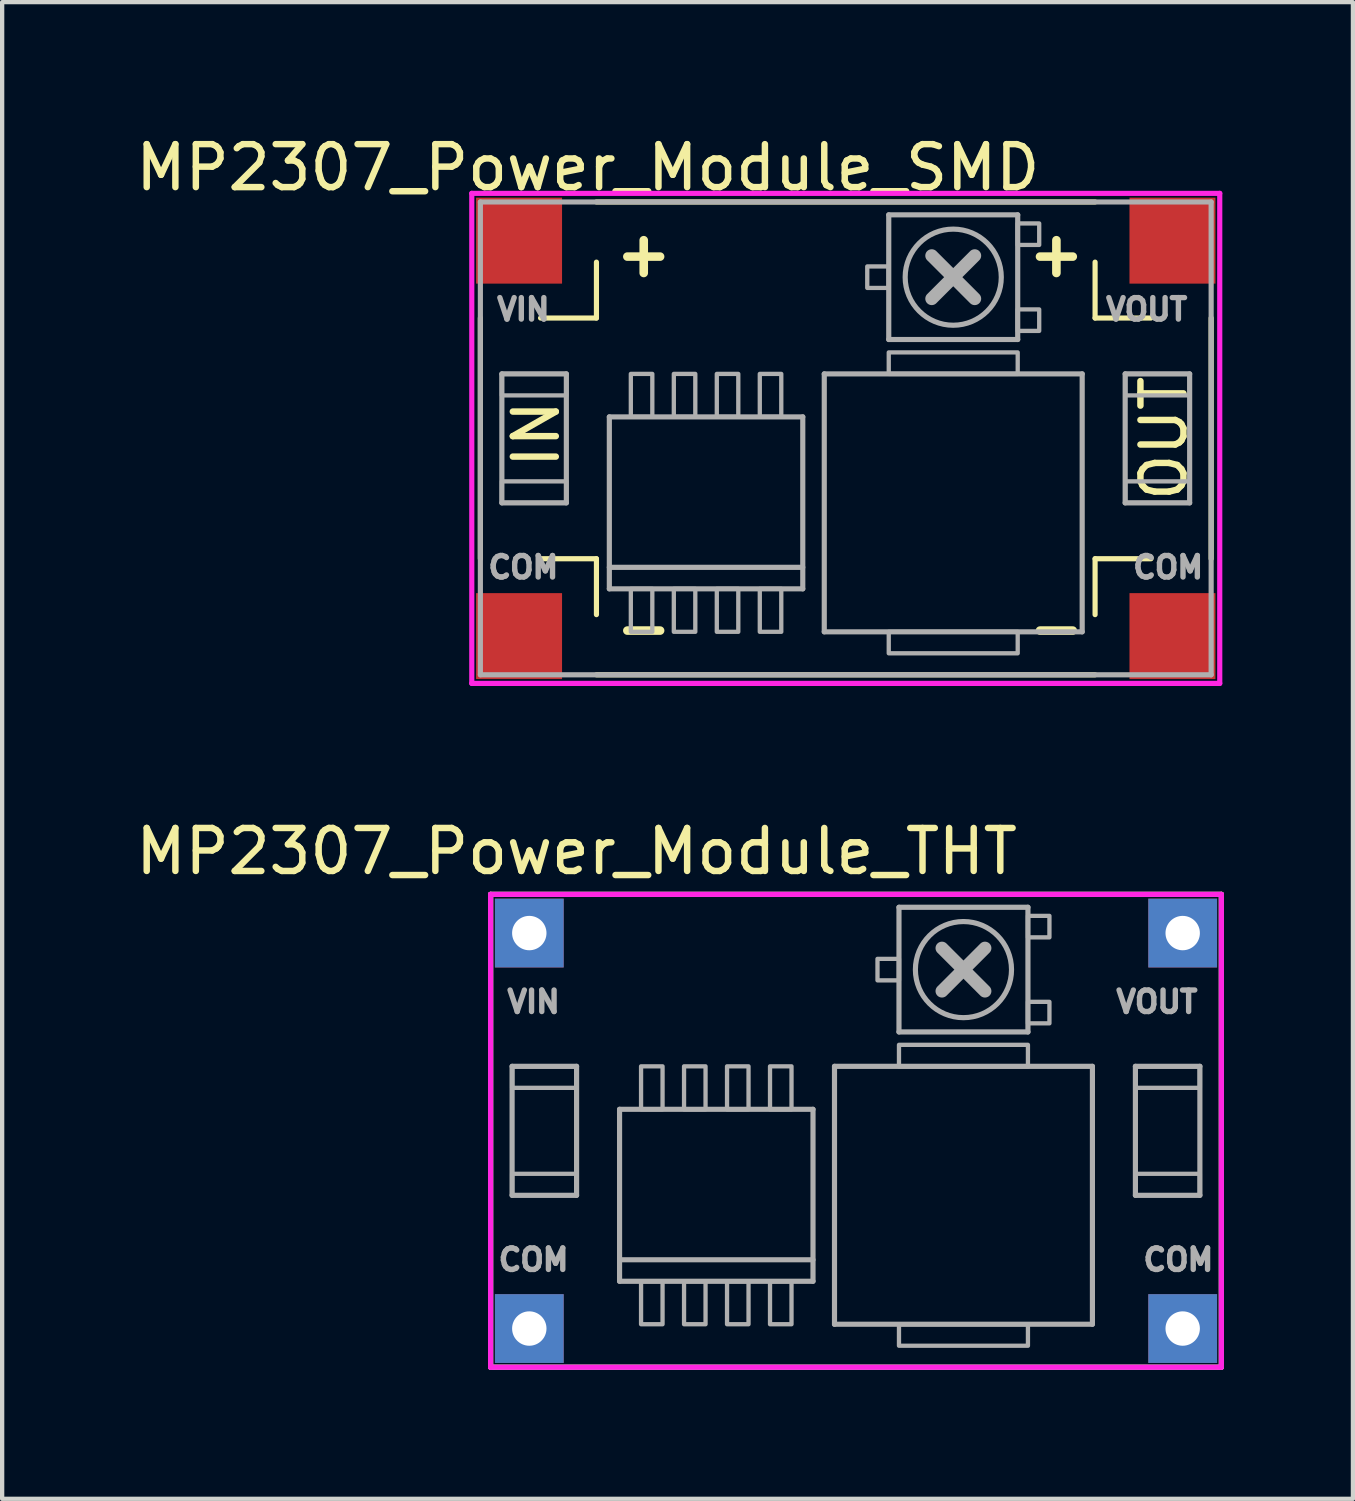
<source format=kicad_pcb>
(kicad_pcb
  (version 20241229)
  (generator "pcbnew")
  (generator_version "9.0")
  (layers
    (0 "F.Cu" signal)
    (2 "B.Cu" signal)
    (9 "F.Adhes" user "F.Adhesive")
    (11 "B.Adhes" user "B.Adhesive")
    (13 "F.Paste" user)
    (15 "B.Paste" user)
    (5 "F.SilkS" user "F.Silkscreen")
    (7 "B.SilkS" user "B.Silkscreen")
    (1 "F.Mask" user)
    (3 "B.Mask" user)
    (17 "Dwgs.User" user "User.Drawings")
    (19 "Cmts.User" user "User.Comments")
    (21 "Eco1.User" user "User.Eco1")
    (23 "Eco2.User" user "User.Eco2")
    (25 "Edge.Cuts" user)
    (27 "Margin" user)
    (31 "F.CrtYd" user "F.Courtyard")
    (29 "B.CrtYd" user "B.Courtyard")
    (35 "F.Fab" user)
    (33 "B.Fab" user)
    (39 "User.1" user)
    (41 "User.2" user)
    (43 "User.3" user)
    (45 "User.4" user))
  (footprint "MP2307_Power_Module_THT"
    (layer "F.Cu")
    (at 16.863 23.256)
    (property "Reference" "MP2307_Power_Module_THT" (at -6.5 -6.5 0) (layer "F.SilkS") (effects (font (size 1 1) (thickness 0.15))))
    (attr through_hole)
    (fp_line (start -8.5 -5.5) (end 8.5 -5.5) (stroke (width 0.12) (type solid)) (layer "F.SilkS"))
    (fp_line (start -8.5 5.5) (end -8.5 -5.5) (stroke (width 0.12) (type solid)) (layer "F.SilkS"))
    (fp_line (start 8.5 -5.5) (end 8.5 5.5) (stroke (width 0.12) (type solid)) (layer "F.SilkS"))
    (fp_line (start 8.5 5.5) (end -8.5 5.5) (stroke (width 0.12) (type solid)) (layer "F.SilkS"))
    (fp_line (start -8.5 -5.5) (end 8.5 -5.5) (stroke (width 0.12) (type solid)) (layer "F.CrtYd"))
    (fp_line (start -8.5 5.5) (end -8.5 -5.5) (stroke (width 0.12) (type solid)) (layer "F.CrtYd"))
    (fp_line (start 8.5 -5.5) (end 8.5 5.5) (stroke (width 0.12) (type solid)) (layer "F.CrtYd"))
    (fp_line (start 8.5 5.5) (end -8.5 5.5) (stroke (width 0.12) (type solid)) (layer "F.CrtYd"))
    (fp_line (start -8.5 -5.5) (end 8.5 -5.5) (stroke (width 0.12) (type solid)) (layer "F.Fab"))
    (fp_line (start -8.5 5.5) (end -8.5 -5.5) (stroke (width 0.12) (type solid)) (layer "F.Fab"))
    (fp_line (start -8 -1.5) (end -6.5 -1.5) (stroke (width 0.12) (type solid)) (layer "F.Fab"))
    (fp_line (start -8 1.5) (end -8 -1.5) (stroke (width 0.12) (type solid)) (layer "F.Fab"))
    (fp_line (start -6.5 -1.5) (end -6.5 1.5) (stroke (width 0.12) (type solid)) (layer "F.Fab"))
    (fp_line (start -6.5 1.5) (end -8 1.5) (stroke (width 0.12) (type solid)) (layer "F.Fab"))
    (fp_line (start -5.5 -0.5) (end -5.5 3.5) (stroke (width 0.12) (type solid)) (layer "F.Fab"))
    (fp_line (start -5.5 3) (end -1 3) (stroke (width 0.12) (type solid)) (layer "F.Fab"))
    (fp_line (start -5.5 3.5) (end -1 3.5) (stroke (width 0.12) (type solid)) (layer "F.Fab"))
    (fp_line (start -1 -0.5) (end -5.5 -0.5) (stroke (width 0.12) (type solid)) (layer "F.Fab"))
    (fp_line (start -1 3.5) (end -1 -0.5) (stroke (width 0.12) (type solid)) (layer "F.Fab"))
    (fp_line (start -0.5 -1.5) (end 5.5 -1.5) (stroke (width 0.12) (type solid)) (layer "F.Fab"))
    (fp_line (start -0.5 4.5) (end -0.5 -1.5) (stroke (width 0.12) (type solid)) (layer "F.Fab"))
    (fp_line (start 1 -5.2) (end 1 -2.3) (stroke (width 0.12) (type solid)) (layer "F.Fab"))
    (fp_line (start 1 -2.3) (end 4 -2.3) (stroke (width 0.12) (type solid)) (layer "F.Fab"))
    (fp_line (start 2 -4.25) (end 3 -3.25) (stroke (width 0.3) (type solid)) (layer "F.Fab"))
    (fp_line (start 2 -3.25) (end 3 -4.25) (stroke (width 0.3) (type solid)) (layer "F.Fab"))
    (fp_line (start 4 -5.2) (end 1 -5.2) (stroke (width 0.12) (type solid)) (layer "F.Fab"))
    (fp_line (start 4 -2.3) (end 4 -5.2) (stroke (width 0.12) (type solid)) (layer "F.Fab"))
    (fp_line (start 5.5 -1.5) (end 5.5 4.5) (stroke (width 0.12) (type solid)) (layer "F.Fab"))
    (fp_line (start 5.5 4.5) (end -0.5 4.5) (stroke (width 0.12) (type solid)) (layer "F.Fab"))
    (fp_line (start 6.5 -1.5) (end 8 -1.5) (stroke (width 0.12) (type solid)) (layer "F.Fab"))
    (fp_line (start 6.5 1.5) (end 6.5 -1.5) (stroke (width 0.12) (type solid)) (layer "F.Fab"))
    (fp_line (start 8 -1.5) (end 8 1.5) (stroke (width 0.12) (type solid)) (layer "F.Fab"))
    (fp_line (start 8 1.5) (end 6.5 1.5) (stroke (width 0.12) (type solid)) (layer "F.Fab"))
    (fp_line (start 8.5 -5.5) (end 8.5 5.5) (stroke (width 0.12) (type solid)) (layer "F.Fab"))
    (fp_line (start 8.5 5.5) (end -8.5 5.5) (stroke (width 0.12) (type solid)) (layer "F.Fab"))
    (fp_circle (center 2.5 -3.75) (end 3.5 -3.25) (stroke (width 0.12) (type solid)) (fill no) (layer "F.Fab"))
    (fp_poly (pts (xy -8 -1.5) (xy -6.5 -1.5) (xy -6.5 -1) (xy -8 -1)) (stroke (width 0.1) (type solid)) (fill no) (layer "F.Fab"))
    (fp_poly (pts (xy -8 1) (xy -6.5 1) (xy -6.5 1.5) (xy -8 1.5)) (stroke (width 0.1) (type solid)) (fill no) (layer "F.Fab"))
    (fp_poly (pts (xy -5 -1.5) (xy -5 -0.5) (xy -4.5 -0.5) (xy -4.5 -1.5)) (stroke (width 0.1) (type solid)) (fill no) (layer "F.Fab"))
    (fp_poly (pts (xy -5 3.5) (xy -5 4.5) (xy -4.5 4.5) (xy -4.5 3.5)) (stroke (width 0.1) (type solid)) (fill no) (layer "F.Fab"))
    (fp_poly (pts (xy -4 -1.5) (xy -4 -0.5) (xy -3.5 -0.5) (xy -3.5 -1.5)) (stroke (width 0.1) (type solid)) (fill no) (layer "F.Fab"))
    (fp_poly (pts (xy -4 3.5) (xy -4 4.5) (xy -3.5 4.5) (xy -3.5 3.5)) (stroke (width 0.1) (type solid)) (fill no) (layer "F.Fab"))
    (fp_poly (pts (xy -3 -1.5) (xy -3 -0.5) (xy -2.5 -0.5) (xy -2.5 -1.5)) (stroke (width 0.1) (type solid)) (fill no) (layer "F.Fab"))
    (fp_poly (pts (xy -3 3.5) (xy -3 4.5) (xy -2.5 4.5) (xy -2.5 3.5)) (stroke (width 0.1) (type solid)) (fill no) (layer "F.Fab"))
    (fp_poly (pts (xy -2 -1.5) (xy -2 -0.5) (xy -1.5 -0.5) (xy -1.5 -1.5)) (stroke (width 0.1) (type solid)) (fill no) (layer "F.Fab"))
    (fp_poly (pts (xy -2 3.5) (xy -2 4.5) (xy -1.5 4.5) (xy -1.5 3.5)) (stroke (width 0.1) (type solid)) (fill no) (layer "F.Fab"))
    (fp_poly (pts (xy 1 -3.5) (xy 0.5 -3.5) (xy 0.5 -4) (xy 1 -4)) (stroke (width 0.1) (type solid)) (fill no) (layer "F.Fab"))
    (fp_poly (pts (xy 1 -1.5) (xy 1 -2) (xy 4 -2) (xy 4 -1.5)) (stroke (width 0.1) (type solid)) (fill no) (layer "F.Fab"))
    (fp_poly (pts (xy 1 4.5) (xy 1 5) (xy 4 5) (xy 4 4.5)) (stroke (width 0.1) (type solid)) (fill no) (layer "F.Fab"))
    (fp_poly (pts (xy 4 -4.5) (xy 4.5 -4.5) (xy 4.5 -5) (xy 4 -5)) (stroke (width 0.1) (type solid)) (fill no) (layer "F.Fab"))
    (fp_poly (pts (xy 4 -2.5) (xy 4.5 -2.5) (xy 4.5 -3) (xy 4 -3)) (stroke (width 0.1) (type solid)) (fill no) (layer "F.Fab"))
    (fp_poly (pts (xy 6.5 -1.5) (xy 8 -1.5) (xy 8 -1) (xy 6.5 -1)) (stroke (width 0.1) (type solid)) (fill no) (layer "F.Fab"))
    (fp_poly (pts (xy 6.5 1) (xy 8 1) (xy 8 1.5) (xy 6.5 1.5)) (stroke (width 0.1) (type solid)) (fill no) (layer "F.Fab"))
    (fp_text user "VOUT" (at 7 -3 0) (layer "F.Fab") (effects (font (size 0.5 0.5) (thickness 0.125))))
    (fp_text user "COM" (at -7.5 3 0) (layer "F.Fab") (effects (font (size 0.5 0.5) (thickness 0.125))))
    (fp_text user "VIN" (at -7.5 -3 0) (layer "F.Fab") (effects (font (size 0.5 0.5) (thickness 0.125))))
    (fp_text user "COM" (at 7.5 3 0) (layer "F.Fab") (effects (font (size 0.5 0.5) (thickness 0.125))))
    (pad "1" thru_hole rect (at -7.6 -4.6) (size 1.6 1.6) (drill 0.8) (layers "*.Cu" "*.Mask"))
    (pad "2" thru_hole rect (at -7.6 4.6) (size 1.6 1.6) (drill 0.8) (layers "*.Cu" "*.Mask"))
    (pad "2" thru_hole rect (at 7.6 4.6) (size 1.6 1.6) (drill 0.8) (layers "*.Cu" "*.Mask"))
    (pad "3" thru_hole rect (at 7.6 -4.6) (size 1.6 1.6) (drill 0.8) (layers "*.Cu" "*.Mask")))
  (footprint "MP2307_Power_Module_SMD"
    (layer "F.Cu")
    (at 16.625 7.148)
    (property "Reference" "MP2307_Power_Module_SMD" (at -6 -6.3 0) (layer "F.SilkS") (effects (font (size 1 1) (thickness 0.15))))
    (attr through_hole)
    (fp_line (start -8.5 2.8) (end -8.5 -2.8) (stroke (width 0.12) (type solid)) (layer "F.SilkS"))
    (fp_line (start -7.1 2.8) (end -5.8 2.8) (stroke (width 0.12) (type solid)) (layer "F.SilkS"))
    (fp_line (start -5.8 -5.5) (end 5.8 -5.5) (stroke (width 0.12) (type solid)) (layer "F.SilkS"))
    (fp_line (start -5.8 -4.1) (end -5.8 -2.8) (stroke (width 0.12) (type solid)) (layer "F.SilkS"))
    (fp_line (start -5.8 -2.8) (end -7.1 -2.8) (stroke (width 0.12) (type solid)) (layer "F.SilkS"))
    (fp_line (start -5.8 2.8) (end -5.8 4.1) (stroke (width 0.12) (type solid)) (layer "F.SilkS"))
    (fp_line (start 5.8 -4.1) (end 5.8 -2.8) (stroke (width 0.12) (type solid)) (layer "F.SilkS"))
    (fp_line (start 5.8 -2.8) (end 7.1 -2.8) (stroke (width 0.12) (type solid)) (layer "F.SilkS"))
    (fp_line (start 5.8 2.8) (end 5.8 4.1) (stroke (width 0.12) (type solid)) (layer "F.SilkS"))
    (fp_line (start 5.8 5.5) (end -5.8 5.5) (stroke (width 0.12) (type solid)) (layer "F.SilkS"))
    (fp_line (start 7.1 2.8) (end 5.8 2.8) (stroke (width 0.12) (type solid)) (layer "F.SilkS"))
    (fp_line (start 8.5 -2.8) (end 8.5 2.8) (stroke (width 0.12) (type solid)) (layer "F.SilkS"))
    (fp_line (start -8.7 -5.7) (end 8.7 -5.7) (stroke (width 0.12) (type solid)) (layer "F.CrtYd"))
    (fp_line (start -8.7 5.7) (end -8.7 -5.7) (stroke (width 0.12) (type solid)) (layer "F.CrtYd"))
    (fp_line (start 8.7 -5.7) (end 8.7 5.7) (stroke (width 0.12) (type solid)) (layer "F.CrtYd"))
    (fp_line (start 8.7 5.7) (end -8.7 5.7) (stroke (width 0.12) (type solid)) (layer "F.CrtYd"))
    (fp_line (start -8.5 -5.5) (end 8.5 -5.5) (stroke (width 0.12) (type solid)) (layer "F.Fab"))
    (fp_line (start -8.5 5.5) (end -8.5 -5.5) (stroke (width 0.12) (type solid)) (layer "F.Fab"))
    (fp_line (start -8 -1.5) (end -6.5 -1.5) (stroke (width 0.12) (type solid)) (layer "F.Fab"))
    (fp_line (start -8 1.5) (end -8 -1.5) (stroke (width 0.12) (type solid)) (layer "F.Fab"))
    (fp_line (start -6.5 -1.5) (end -6.5 1.5) (stroke (width 0.12) (type solid)) (layer "F.Fab"))
    (fp_line (start -6.5 1.5) (end -8 1.5) (stroke (width 0.12) (type solid)) (layer "F.Fab"))
    (fp_line (start -5.5 -0.5) (end -5.5 3.5) (stroke (width 0.12) (type solid)) (layer "F.Fab"))
    (fp_line (start -5.5 3) (end -1 3) (stroke (width 0.12) (type solid)) (layer "F.Fab"))
    (fp_line (start -5.5 3.5) (end -1 3.5) (stroke (width 0.12) (type solid)) (layer "F.Fab"))
    (fp_line (start -1 -0.5) (end -5.5 -0.5) (stroke (width 0.12) (type solid)) (layer "F.Fab"))
    (fp_line (start -1 3.5) (end -1 -0.5) (stroke (width 0.12) (type solid)) (layer "F.Fab"))
    (fp_line (start -0.5 -1.5) (end 5.5 -1.5) (stroke (width 0.12) (type solid)) (layer "F.Fab"))
    (fp_line (start -0.5 4.5) (end -0.5 -1.5) (stroke (width 0.12) (type solid)) (layer "F.Fab"))
    (fp_line (start 1 -5.2) (end 1 -2.3) (stroke (width 0.12) (type solid)) (layer "F.Fab"))
    (fp_line (start 1 -2.3) (end 4 -2.3) (stroke (width 0.12) (type solid)) (layer "F.Fab"))
    (fp_line (start 2 -4.25) (end 3 -3.25) (stroke (width 0.3) (type solid)) (layer "F.Fab"))
    (fp_line (start 2 -3.25) (end 3 -4.25) (stroke (width 0.3) (type solid)) (layer "F.Fab"))
    (fp_line (start 4 -5.2) (end 1 -5.2) (stroke (width 0.12) (type solid)) (layer "F.Fab"))
    (fp_line (start 4 -2.3) (end 4 -5.2) (stroke (width 0.12) (type solid)) (layer "F.Fab"))
    (fp_line (start 5.5 -1.5) (end 5.5 4.5) (stroke (width 0.12) (type solid)) (layer "F.Fab"))
    (fp_line (start 5.5 4.5) (end -0.5 4.5) (stroke (width 0.12) (type solid)) (layer "F.Fab"))
    (fp_line (start 6.5 -1.5) (end 8 -1.5) (stroke (width 0.12) (type solid)) (layer "F.Fab"))
    (fp_line (start 6.5 1.5) (end 6.5 -1.5) (stroke (width 0.12) (type solid)) (layer "F.Fab"))
    (fp_line (start 8 -1.5) (end 8 1.5) (stroke (width 0.12) (type solid)) (layer "F.Fab"))
    (fp_line (start 8 1.5) (end 6.5 1.5) (stroke (width 0.12) (type solid)) (layer "F.Fab"))
    (fp_line (start 8.5 -5.5) (end 8.5 5.5) (stroke (width 0.12) (type solid)) (layer "F.Fab"))
    (fp_line (start 8.5 5.5) (end -8.5 5.5) (stroke (width 0.12) (type solid)) (layer "F.Fab"))
    (fp_circle (center 2.5 -3.75) (end 3.5 -3.25) (stroke (width 0.12) (type solid)) (fill no) (layer "F.Fab"))
    (fp_poly (pts (xy -8 -1.5) (xy -6.5 -1.5) (xy -6.5 -1) (xy -8 -1)) (stroke (width 0.1) (type solid)) (fill no) (layer "F.Fab"))
    (fp_poly (pts (xy -8 1) (xy -6.5 1) (xy -6.5 1.5) (xy -8 1.5)) (stroke (width 0.1) (type solid)) (fill no) (layer "F.Fab"))
    (fp_poly (pts (xy -5 -1.5) (xy -5 -0.5) (xy -4.5 -0.5) (xy -4.5 -1.5)) (stroke (width 0.1) (type solid)) (fill no) (layer "F.Fab"))
    (fp_poly (pts (xy -5 3.5) (xy -5 4.5) (xy -4.5 4.5) (xy -4.5 3.5)) (stroke (width 0.1) (type solid)) (fill no) (layer "F.Fab"))
    (fp_poly (pts (xy -4 -1.5) (xy -4 -0.5) (xy -3.5 -0.5) (xy -3.5 -1.5)) (stroke (width 0.1) (type solid)) (fill no) (layer "F.Fab"))
    (fp_poly (pts (xy -4 3.5) (xy -4 4.5) (xy -3.5 4.5) (xy -3.5 3.5)) (stroke (width 0.1) (type solid)) (fill no) (layer "F.Fab"))
    (fp_poly (pts (xy -3 -1.5) (xy -3 -0.5) (xy -2.5 -0.5) (xy -2.5 -1.5)) (stroke (width 0.1) (type solid)) (fill no) (layer "F.Fab"))
    (fp_poly (pts (xy -3 3.5) (xy -3 4.5) (xy -2.5 4.5) (xy -2.5 3.5)) (stroke (width 0.1) (type solid)) (fill no) (layer "F.Fab"))
    (fp_poly (pts (xy -2 -1.5) (xy -2 -0.5) (xy -1.5 -0.5) (xy -1.5 -1.5)) (stroke (width 0.1) (type solid)) (fill no) (layer "F.Fab"))
    (fp_poly (pts (xy -2 3.5) (xy -2 4.5) (xy -1.5 4.5) (xy -1.5 3.5)) (stroke (width 0.1) (type solid)) (fill no) (layer "F.Fab"))
    (fp_poly (pts (xy 1 -3.5) (xy 0.5 -3.5) (xy 0.5 -4) (xy 1 -4)) (stroke (width 0.1) (type solid)) (fill no) (layer "F.Fab"))
    (fp_poly (pts (xy 1 -1.5) (xy 1 -2) (xy 4 -2) (xy 4 -1.5)) (stroke (width 0.1) (type solid)) (fill no) (layer "F.Fab"))
    (fp_poly (pts (xy 1 4.5) (xy 1 5) (xy 4 5) (xy 4 4.5)) (stroke (width 0.1) (type solid)) (fill no) (layer "F.Fab"))
    (fp_poly (pts (xy 4 -4.5) (xy 4.5 -4.5) (xy 4.5 -5) (xy 4 -5)) (stroke (width 0.1) (type solid)) (fill no) (layer "F.Fab"))
    (fp_poly (pts (xy 4 -2.5) (xy 4.5 -2.5) (xy 4.5 -3) (xy 4 -3)) (stroke (width 0.1) (type solid)) (fill no) (layer "F.Fab"))
    (fp_poly (pts (xy 6.5 -1.5) (xy 8 -1.5) (xy 8 -1) (xy 6.5 -1)) (stroke (width 0.1) (type solid)) (fill no) (layer "F.Fab"))
    (fp_poly (pts (xy 6.5 1) (xy 8 1) (xy 8 1.5) (xy 6.5 1.5)) (stroke (width 0.1) (type solid)) (fill no) (layer "F.Fab"))
    (fp_text user "OUT" (at 7.4 0 270) (layer "F.SilkS") (effects (font (size 1 1) (thickness 0.15))))
    (fp_text user "+" (at 4.9 -4.3 0) (layer "F.SilkS") (effects (font (size 1 1) (thickness 0.2))))
    (fp_text user "IN" (at -7.2 -0.1 270) (layer "F.SilkS") (effects (font (size 1 1) (thickness 0.15))))
    (fp_text user "-" (at -4.7 4.4 0) (layer "F.SilkS") (effects (font (size 1 1) (thickness 0.2))))
    (fp_text user "+" (at -4.7 -4.3 0) (layer "F.SilkS") (effects (font (size 1 1) (thickness 0.2))))
    (fp_text user "-" (at 4.9 4.4 0) (layer "F.SilkS") (effects (font (size 1 1) (thickness 0.2))))
    (fp_text user "VIN" (at -7.5 -3 0) (layer "F.Fab") (effects (font (size 0.5 0.5) (thickness 0.125))))
    (fp_text user "VOUT" (at 7 -3 0) (layer "F.Fab") (effects (font (size 0.5 0.5) (thickness 0.125))))
    (fp_text user "COM" (at -7.5 3 0) (layer "F.Fab") (effects (font (size 0.5 0.5) (thickness 0.125))))
    (fp_text user "COM" (at 7.5 3 0) (layer "F.Fab") (effects (font (size 0.5 0.5) (thickness 0.125))))
    (pad "1" smd rect (at -7.6 -4.6) (size 2 2) (layers "F.Cu" "F.Mask" "F.Paste"))
    (pad "2" smd rect (at -7.6 4.6) (size 2 2) (layers "F.Cu" "F.Mask" "F.Paste"))
    (pad "2" smd rect (at 7.6 4.6) (size 2 2) (layers "F.Cu" "F.Mask" "F.Paste"))
    (pad "3" smd rect (at 7.6 -4.6) (size 2 2) (layers "F.Cu" "F.Mask" "F.Paste")))
  (gr_rect
    (start -3 -3)
    (end 28.423 31.817)
    (stroke (width 0.1) (type default))
    (fill no)
    (layer "Edge.Cuts")))
</source>
